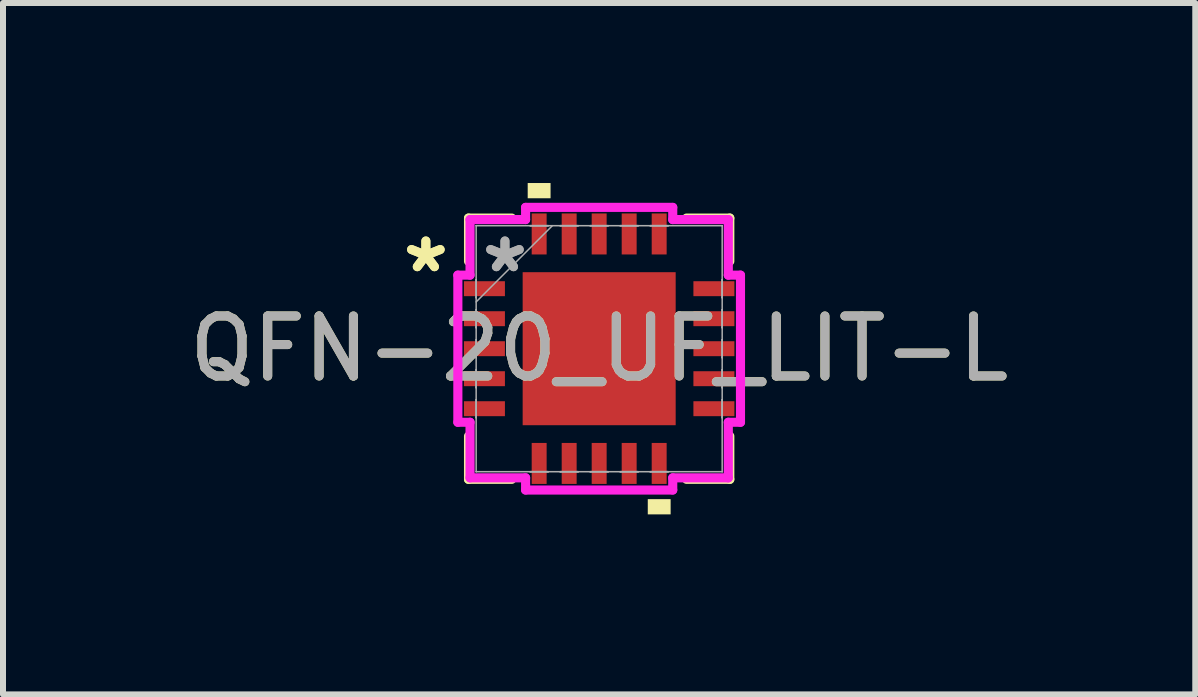
<source format=kicad_pcb>
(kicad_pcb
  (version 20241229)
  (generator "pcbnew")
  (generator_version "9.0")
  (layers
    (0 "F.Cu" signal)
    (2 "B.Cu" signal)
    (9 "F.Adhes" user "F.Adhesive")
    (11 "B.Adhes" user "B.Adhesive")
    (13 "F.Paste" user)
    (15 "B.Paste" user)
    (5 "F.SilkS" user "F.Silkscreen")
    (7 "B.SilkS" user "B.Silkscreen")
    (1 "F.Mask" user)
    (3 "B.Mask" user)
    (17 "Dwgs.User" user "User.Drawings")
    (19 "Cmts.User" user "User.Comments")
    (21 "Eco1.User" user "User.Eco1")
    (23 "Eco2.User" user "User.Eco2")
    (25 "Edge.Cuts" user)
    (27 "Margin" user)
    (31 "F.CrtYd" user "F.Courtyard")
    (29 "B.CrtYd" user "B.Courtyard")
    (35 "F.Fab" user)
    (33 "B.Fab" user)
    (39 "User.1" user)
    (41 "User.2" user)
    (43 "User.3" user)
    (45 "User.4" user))
  (footprint "QFN-20_UF_LIT-L"
    (layer "F.Cu")
    (at 6.935 2.761)
    (property "Reference" "QFN-20_UF_LIT-L" (at 0 0 0) (unlocked yes) (layer "F.SilkS") (effects (font (size 1 1) (thickness 0.15))))
    (attr smd)
    (fp_line (start -2.177 -2.177) (end -2.177 -1.457) (stroke (width 0.152) (type solid)) (layer "F.SilkS"))
    (fp_line (start -2.177 1.457) (end -2.177 2.177) (stroke (width 0.152) (type solid)) (layer "F.SilkS"))
    (fp_line (start -2.177 2.177) (end -1.457 2.177) (stroke (width 0.152) (type solid)) (layer "F.SilkS"))
    (fp_line (start -1.457 -2.177) (end -2.177 -2.177) (stroke (width 0.152) (type solid)) (layer "F.SilkS"))
    (fp_line (start 1.457 2.177) (end 2.177 2.177) (stroke (width 0.152) (type solid)) (layer "F.SilkS"))
    (fp_line (start 2.177 -2.177) (end 1.457 -2.177) (stroke (width 0.152) (type solid)) (layer "F.SilkS"))
    (fp_line (start 2.177 -1.457) (end 2.177 -2.177) (stroke (width 0.152) (type solid)) (layer "F.SilkS"))
    (fp_line (start 2.177 2.177) (end 2.177 1.457) (stroke (width 0.152) (type solid)) (layer "F.SilkS"))
    (fp_poly (pts (xy -1.191 -2.507) (xy -1.191 -2.761) (xy -0.81 -2.761) (xy -0.81 -2.507)) (stroke (width 0) (type solid)) (fill yes) (layer "F.SilkS"))
    (fp_poly (pts (xy 0.81 2.507) (xy 0.81 2.761) (xy 1.191 2.761) (xy 1.191 2.507)) (stroke (width 0) (type solid)) (fill yes) (layer "F.SilkS"))
    (fp_poly (pts (xy -1.175 -1.175) (xy -1.175 -0.1) (xy -0.1 -0.1) (xy -0.1 -1.175)) (stroke (width 0) (type solid)) (fill yes) (layer "F.Paste"))
    (fp_poly (pts (xy -1.175 0.1) (xy -1.175 1.175) (xy -0.1 1.175) (xy -0.1 0.1)) (stroke (width 0) (type solid)) (fill yes) (layer "F.Paste"))
    (fp_poly (pts (xy 0.1 -1.175) (xy 0.1 -0.1) (xy 1.175 -0.1) (xy 1.175 -1.175)) (stroke (width 0) (type solid)) (fill yes) (layer "F.Paste"))
    (fp_poly (pts (xy 0.1 0.1) (xy 0.1 1.175) (xy 1.175 1.175) (xy 1.175 0.1)) (stroke (width 0) (type solid)) (fill yes) (layer "F.Paste"))
    (fp_line (start -2.355 -1.226) (end -2.152 -1.226) (stroke (width 0.152) (type solid)) (layer "F.CrtYd"))
    (fp_line (start -2.355 1.226) (end -2.355 -1.226) (stroke (width 0.152) (type solid)) (layer "F.CrtYd"))
    (fp_line (start -2.152 -2.152) (end -1.226 -2.152) (stroke (width 0.152) (type solid)) (layer "F.CrtYd"))
    (fp_line (start -2.152 -1.226) (end -2.152 -2.152) (stroke (width 0.152) (type solid)) (layer "F.CrtYd"))
    (fp_line (start -2.152 1.226) (end -2.355 1.226) (stroke (width 0.152) (type solid)) (layer "F.CrtYd"))
    (fp_line (start -2.152 2.152) (end -2.152 1.226) (stroke (width 0.152) (type solid)) (layer "F.CrtYd"))
    (fp_line (start -1.226 -2.355) (end 1.226 -2.355) (stroke (width 0.152) (type solid)) (layer "F.CrtYd"))
    (fp_line (start -1.226 -2.152) (end -1.226 -2.355) (stroke (width 0.152) (type solid)) (layer "F.CrtYd"))
    (fp_line (start -1.226 2.152) (end -2.152 2.152) (stroke (width 0.152) (type solid)) (layer "F.CrtYd"))
    (fp_line (start -1.226 2.355) (end -1.226 2.152) (stroke (width 0.152) (type solid)) (layer "F.CrtYd"))
    (fp_line (start 1.226 -2.355) (end 1.226 -2.152) (stroke (width 0.152) (type solid)) (layer "F.CrtYd"))
    (fp_line (start 1.226 -2.152) (end 2.152 -2.152) (stroke (width 0.152) (type solid)) (layer "F.CrtYd"))
    (fp_line (start 1.226 2.152) (end 1.226 2.355) (stroke (width 0.152) (type solid)) (layer "F.CrtYd"))
    (fp_line (start 1.226 2.355) (end -1.226 2.355) (stroke (width 0.152) (type solid)) (layer "F.CrtYd"))
    (fp_line (start 2.152 -2.152) (end 2.152 -1.226) (stroke (width 0.152) (type solid)) (layer "F.CrtYd"))
    (fp_line (start 2.152 -1.226) (end 2.355 -1.226) (stroke (width 0.152) (type solid)) (layer "F.CrtYd"))
    (fp_line (start 2.152 1.226) (end 2.152 2.152) (stroke (width 0.152) (type solid)) (layer "F.CrtYd"))
    (fp_line (start 2.152 2.152) (end 1.226 2.152) (stroke (width 0.152) (type solid)) (layer "F.CrtYd"))
    (fp_line (start 2.355 -1.226) (end 2.355 1.226) (stroke (width 0.152) (type solid)) (layer "F.CrtYd"))
    (fp_line (start 2.355 1.226) (end 2.152 1.226) (stroke (width 0.152) (type solid)) (layer "F.CrtYd"))
    (fp_line (start -2.05 -2.05) (end -2.05 -2.05) (stroke (width 0.025) (type solid)) (layer "F.Fab"))
    (fp_line (start -2.05 -2.05) (end -2.05 2.05) (stroke (width 0.025) (type solid)) (layer "F.Fab"))
    (fp_line (start -2.05 -1.15) (end -2.05 -1.15) (stroke (width 0.025) (type solid)) (layer "F.Fab"))
    (fp_line (start -2.05 -1.15) (end -2.05 -0.85) (stroke (width 0.025) (type solid)) (layer "F.Fab"))
    (fp_line (start -2.05 -0.85) (end -2.05 -1.15) (stroke (width 0.025) (type solid)) (layer "F.Fab"))
    (fp_line (start -2.05 -0.85) (end -2.05 -0.85) (stroke (width 0.025) (type solid)) (layer "F.Fab"))
    (fp_line (start -2.05 -0.78) (end -0.78 -2.05) (stroke (width 0.025) (type solid)) (layer "F.Fab"))
    (fp_line (start -2.05 -0.65) (end -2.05 -0.65) (stroke (width 0.025) (type solid)) (layer "F.Fab"))
    (fp_line (start -2.05 -0.65) (end -2.05 -0.35) (stroke (width 0.025) (type solid)) (layer "F.Fab"))
    (fp_line (start -2.05 -0.35) (end -2.05 -0.65) (stroke (width 0.025) (type solid)) (layer "F.Fab"))
    (fp_line (start -2.05 -0.35) (end -2.05 -0.35) (stroke (width 0.025) (type solid)) (layer "F.Fab"))
    (fp_line (start -2.05 -0.15) (end -2.05 -0.15) (stroke (width 0.025) (type solid)) (layer "F.Fab"))
    (fp_line (start -2.05 -0.15) (end -2.05 0.15) (stroke (width 0.025) (type solid)) (layer "F.Fab"))
    (fp_line (start -2.05 0.15) (end -2.05 -0.15) (stroke (width 0.025) (type solid)) (layer "F.Fab"))
    (fp_line (start -2.05 0.15) (end -2.05 0.15) (stroke (width 0.025) (type solid)) (layer "F.Fab"))
    (fp_line (start -2.05 0.35) (end -2.05 0.35) (stroke (width 0.025) (type solid)) (layer "F.Fab"))
    (fp_line (start -2.05 0.35) (end -2.05 0.65) (stroke (width 0.025) (type solid)) (layer "F.Fab"))
    (fp_line (start -2.05 0.65) (end -2.05 0.35) (stroke (width 0.025) (type solid)) (layer "F.Fab"))
    (fp_line (start -2.05 0.65) (end -2.05 0.65) (stroke (width 0.025) (type solid)) (layer "F.Fab"))
    (fp_line (start -2.05 0.85) (end -2.05 0.85) (stroke (width 0.025) (type solid)) (layer "F.Fab"))
    (fp_line (start -2.05 0.85) (end -2.05 1.15) (stroke (width 0.025) (type solid)) (layer "F.Fab"))
    (fp_line (start -2.05 1.15) (end -2.05 0.85) (stroke (width 0.025) (type solid)) (layer "F.Fab"))
    (fp_line (start -2.05 1.15) (end -2.05 1.15) (stroke (width 0.025) (type solid)) (layer "F.Fab"))
    (fp_line (start -2.05 2.05) (end -2.05 2.05) (stroke (width 0.025) (type solid)) (layer "F.Fab"))
    (fp_line (start -2.05 2.05) (end 2.05 2.05) (stroke (width 0.025) (type solid)) (layer "F.Fab"))
    (fp_line (start -1.15 -2.05) (end -1.15 -2.05) (stroke (width 0.025) (type solid)) (layer "F.Fab"))
    (fp_line (start -1.15 -2.05) (end -0.85 -2.05) (stroke (width 0.025) (type solid)) (layer "F.Fab"))
    (fp_line (start -1.15 2.05) (end -1.15 2.05) (stroke (width 0.025) (type solid)) (layer "F.Fab"))
    (fp_line (start -1.15 2.05) (end -0.85 2.05) (stroke (width 0.025) (type solid)) (layer "F.Fab"))
    (fp_line (start -0.85 -2.05) (end -1.15 -2.05) (stroke (width 0.025) (type solid)) (layer "F.Fab"))
    (fp_line (start -0.85 -2.05) (end -0.85 -2.05) (stroke (width 0.025) (type solid)) (layer "F.Fab"))
    (fp_line (start -0.85 2.05) (end -1.15 2.05) (stroke (width 0.025) (type solid)) (layer "F.Fab"))
    (fp_line (start -0.85 2.05) (end -0.85 2.05) (stroke (width 0.025) (type solid)) (layer "F.Fab"))
    (fp_line (start -0.65 -2.05) (end -0.65 -2.05) (stroke (width 0.025) (type solid)) (layer "F.Fab"))
    (fp_line (start -0.65 -2.05) (end -0.35 -2.05) (stroke (width 0.025) (type solid)) (layer "F.Fab"))
    (fp_line (start -0.65 2.05) (end -0.65 2.05) (stroke (width 0.025) (type solid)) (layer "F.Fab"))
    (fp_line (start -0.65 2.05) (end -0.35 2.05) (stroke (width 0.025) (type solid)) (layer "F.Fab"))
    (fp_line (start -0.35 -2.05) (end -0.65 -2.05) (stroke (width 0.025) (type solid)) (layer "F.Fab"))
    (fp_line (start -0.35 -2.05) (end -0.35 -2.05) (stroke (width 0.025) (type solid)) (layer "F.Fab"))
    (fp_line (start -0.35 2.05) (end -0.65 2.05) (stroke (width 0.025) (type solid)) (layer "F.Fab"))
    (fp_line (start -0.35 2.05) (end -0.35 2.05) (stroke (width 0.025) (type solid)) (layer "F.Fab"))
    (fp_line (start -0.15 -2.05) (end -0.15 -2.05) (stroke (width 0.025) (type solid)) (layer "F.Fab"))
    (fp_line (start -0.15 -2.05) (end 0.15 -2.05) (stroke (width 0.025) (type solid)) (layer "F.Fab"))
    (fp_line (start -0.15 2.05) (end -0.15 2.05) (stroke (width 0.025) (type solid)) (layer "F.Fab"))
    (fp_line (start -0.15 2.05) (end 0.15 2.05) (stroke (width 0.025) (type solid)) (layer "F.Fab"))
    (fp_line (start 0.15 -2.05) (end -0.15 -2.05) (stroke (width 0.025) (type solid)) (layer "F.Fab"))
    (fp_line (start 0.15 -2.05) (end 0.15 -2.05) (stroke (width 0.025) (type solid)) (layer "F.Fab"))
    (fp_line (start 0.15 2.05) (end -0.15 2.05) (stroke (width 0.025) (type solid)) (layer "F.Fab"))
    (fp_line (start 0.15 2.05) (end 0.15 2.05) (stroke (width 0.025) (type solid)) (layer "F.Fab"))
    (fp_line (start 0.35 -2.05) (end 0.35 -2.05) (stroke (width 0.025) (type solid)) (layer "F.Fab"))
    (fp_line (start 0.35 -2.05) (end 0.65 -2.05) (stroke (width 0.025) (type solid)) (layer "F.Fab"))
    (fp_line (start 0.35 2.05) (end 0.35 2.05) (stroke (width 0.025) (type solid)) (layer "F.Fab"))
    (fp_line (start 0.35 2.05) (end 0.65 2.05) (stroke (width 0.025) (type solid)) (layer "F.Fab"))
    (fp_line (start 0.65 -2.05) (end 0.35 -2.05) (stroke (width 0.025) (type solid)) (layer "F.Fab"))
    (fp_line (start 0.65 -2.05) (end 0.65 -2.05) (stroke (width 0.025) (type solid)) (layer "F.Fab"))
    (fp_line (start 0.65 2.05) (end 0.35 2.05) (stroke (width 0.025) (type solid)) (layer "F.Fab"))
    (fp_line (start 0.65 2.05) (end 0.65 2.05) (stroke (width 0.025) (type solid)) (layer "F.Fab"))
    (fp_line (start 0.85 -2.05) (end 0.85 -2.05) (stroke (width 0.025) (type solid)) (layer "F.Fab"))
    (fp_line (start 0.85 -2.05) (end 1.15 -2.05) (stroke (width 0.025) (type solid)) (layer "F.Fab"))
    (fp_line (start 0.85 2.05) (end 0.85 2.05) (stroke (width 0.025) (type solid)) (layer "F.Fab"))
    (fp_line (start 0.85 2.05) (end 1.15 2.05) (stroke (width 0.025) (type solid)) (layer "F.Fab"))
    (fp_line (start 1.15 -2.05) (end 0.85 -2.05) (stroke (width 0.025) (type solid)) (layer "F.Fab"))
    (fp_line (start 1.15 -2.05) (end 1.15 -2.05) (stroke (width 0.025) (type solid)) (layer "F.Fab"))
    (fp_line (start 1.15 2.05) (end 0.85 2.05) (stroke (width 0.025) (type solid)) (layer "F.Fab"))
    (fp_line (start 1.15 2.05) (end 1.15 2.05) (stroke (width 0.025) (type solid)) (layer "F.Fab"))
    (fp_line (start 2.05 -2.05) (end -2.05 -2.05) (stroke (width 0.025) (type solid)) (layer "F.Fab"))
    (fp_line (start 2.05 -2.05) (end 2.05 -2.05) (stroke (width 0.025) (type solid)) (layer "F.Fab"))
    (fp_line (start 2.05 -1.15) (end 2.05 -1.15) (stroke (width 0.025) (type solid)) (layer "F.Fab"))
    (fp_line (start 2.05 -1.15) (end 2.05 -0.85) (stroke (width 0.025) (type solid)) (layer "F.Fab"))
    (fp_line (start 2.05 -0.85) (end 2.05 -1.15) (stroke (width 0.025) (type solid)) (layer "F.Fab"))
    (fp_line (start 2.05 -0.85) (end 2.05 -0.85) (stroke (width 0.025) (type solid)) (layer "F.Fab"))
    (fp_line (start 2.05 -0.65) (end 2.05 -0.65) (stroke (width 0.025) (type solid)) (layer "F.Fab"))
    (fp_line (start 2.05 -0.65) (end 2.05 -0.35) (stroke (width 0.025) (type solid)) (layer "F.Fab"))
    (fp_line (start 2.05 -0.35) (end 2.05 -0.65) (stroke (width 0.025) (type solid)) (layer "F.Fab"))
    (fp_line (start 2.05 -0.35) (end 2.05 -0.35) (stroke (width 0.025) (type solid)) (layer "F.Fab"))
    (fp_line (start 2.05 -0.15) (end 2.05 -0.15) (stroke (width 0.025) (type solid)) (layer "F.Fab"))
    (fp_line (start 2.05 -0.15) (end 2.05 0.15) (stroke (width 0.025) (type solid)) (layer "F.Fab"))
    (fp_line (start 2.05 0.15) (end 2.05 -0.15) (stroke (width 0.025) (type solid)) (layer "F.Fab"))
    (fp_line (start 2.05 0.15) (end 2.05 0.15) (stroke (width 0.025) (type solid)) (layer "F.Fab"))
    (fp_line (start 2.05 0.35) (end 2.05 0.35) (stroke (width 0.025) (type solid)) (layer "F.Fab"))
    (fp_line (start 2.05 0.35) (end 2.05 0.65) (stroke (width 0.025) (type solid)) (layer "F.Fab"))
    (fp_line (start 2.05 0.65) (end 2.05 0.35) (stroke (width 0.025) (type solid)) (layer "F.Fab"))
    (fp_line (start 2.05 0.65) (end 2.05 0.65) (stroke (width 0.025) (type solid)) (layer "F.Fab"))
    (fp_line (start 2.05 0.85) (end 2.05 0.85) (stroke (width 0.025) (type solid)) (layer "F.Fab"))
    (fp_line (start 2.05 0.85) (end 2.05 1.15) (stroke (width 0.025) (type solid)) (layer "F.Fab"))
    (fp_line (start 2.05 1.15) (end 2.05 0.85) (stroke (width 0.025) (type solid)) (layer "F.Fab"))
    (fp_line (start 2.05 1.15) (end 2.05 1.15) (stroke (width 0.025) (type solid)) (layer "F.Fab"))
    (fp_line (start 2.05 2.05) (end 2.05 -2.05) (stroke (width 0.025) (type solid)) (layer "F.Fab"))
    (fp_line (start 2.05 2.05) (end 2.05 2.05) (stroke (width 0.025) (type solid)) (layer "F.Fab"))
    (fp_text user "*" (at -2.888 -1.25 0) (layer "F.SilkS") (effects (font (size 1 1) (thickness 0.15))))
    (fp_text user "*" (at -2.888 -1.25 0) (unlocked yes) (layer "F.SilkS") (effects (font (size 1 1) (thickness 0.15))))
    (fp_text user "*" (at -1.57 -1.25 0) (unlocked yes) (layer "F.Fab") (effects (font (size 1 1) (thickness 0.15))))
    (fp_text user "*" (at -1.57 -1.25 0) (layer "F.Fab") (effects (font (size 1 1) (thickness 0.15))))
    (fp_text user "${REFERENCE}" (at 0 0 0) (unlocked yes) (layer "F.Fab") (effects (font (size 1 1) (thickness 0.15))))
    (pad "1" smd rect (at -1.912 -1 90) (size 0.249 0.683) (layers "F.Cu" "F.Mask" "F.Paste"))
    (pad "2" smd rect (at -1.912 -0.5 90) (size 0.249 0.683) (layers "F.Cu" "F.Mask" "F.Paste"))
    (pad "3" smd rect (at -1.912 0 90) (size 0.249 0.683) (layers "F.Cu" "F.Mask" "F.Paste"))
    (pad "4" smd rect (at -1.912 0.5 90) (size 0.249 0.683) (layers "F.Cu" "F.Mask" "F.Paste"))
    (pad "5" smd rect (at -1.912 1 90) (size 0.249 0.683) (layers "F.Cu" "F.Mask" "F.Paste"))
    (pad "6" smd rect (at -1 1.912) (size 0.249 0.683) (layers "F.Cu" "F.Mask" "F.Paste"))
    (pad "7" smd rect (at -0.5 1.912) (size 0.249 0.683) (layers "F.Cu" "F.Mask" "F.Paste"))
    (pad "8" smd rect (at 0 1.912) (size 0.249 0.683) (layers "F.Cu" "F.Mask" "F.Paste"))
    (pad "9" smd rect (at 0.5 1.912) (size 0.249 0.683) (layers "F.Cu" "F.Mask" "F.Paste"))
    (pad "10" smd rect (at 1 1.912) (size 0.249 0.683) (layers "F.Cu" "F.Mask" "F.Paste"))
    (pad "11" smd rect (at 1.912 1 90) (size 0.249 0.683) (layers "F.Cu" "F.Mask" "F.Paste"))
    (pad "12" smd rect (at 1.912 0.5 90) (size 0.249 0.683) (layers "F.Cu" "F.Mask" "F.Paste"))
    (pad "13" smd rect (at 1.912 0 90) (size 0.249 0.683) (layers "F.Cu" "F.Mask" "F.Paste"))
    (pad "14" smd rect (at 1.912 -0.5 90) (size 0.249 0.683) (layers "F.Cu" "F.Mask" "F.Paste"))
    (pad "15" smd rect (at 1.912 -1 90) (size 0.249 0.683) (layers "F.Cu" "F.Mask" "F.Paste"))
    (pad "16" smd rect (at 1 -1.912) (size 0.249 0.683) (layers "F.Cu" "F.Mask" "F.Paste"))
    (pad "17" smd rect (at 0.5 -1.912) (size 0.249 0.683) (layers "F.Cu" "F.Mask" "F.Paste"))
    (pad "18" smd rect (at 0 -1.912) (size 0.249 0.683) (layers "F.Cu" "F.Mask" "F.Paste"))
    (pad "19" smd rect (at -0.5 -1.912) (size 0.249 0.683) (layers "F.Cu" "F.Mask" "F.Paste"))
    (pad "20" smd rect (at -1 -1.912) (size 0.249 0.683) (layers "F.Cu" "F.Mask" "F.Paste"))
    (pad "21" smd rect (at 0 0) (size 2.55 2.55) (layers "F.Cu" "F.Mask")))
  (gr_rect
    (start -3 -3)
    (end 16.869 8.522)
    (stroke (width 0.1) (type default))
    (fill no)
    (layer "Edge.Cuts")))
</source>
